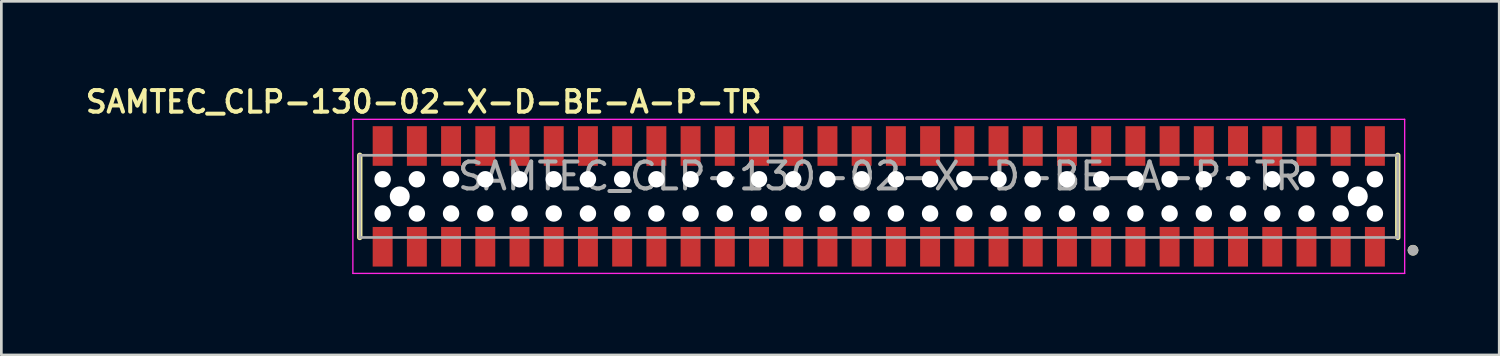
<source format=kicad_pcb>
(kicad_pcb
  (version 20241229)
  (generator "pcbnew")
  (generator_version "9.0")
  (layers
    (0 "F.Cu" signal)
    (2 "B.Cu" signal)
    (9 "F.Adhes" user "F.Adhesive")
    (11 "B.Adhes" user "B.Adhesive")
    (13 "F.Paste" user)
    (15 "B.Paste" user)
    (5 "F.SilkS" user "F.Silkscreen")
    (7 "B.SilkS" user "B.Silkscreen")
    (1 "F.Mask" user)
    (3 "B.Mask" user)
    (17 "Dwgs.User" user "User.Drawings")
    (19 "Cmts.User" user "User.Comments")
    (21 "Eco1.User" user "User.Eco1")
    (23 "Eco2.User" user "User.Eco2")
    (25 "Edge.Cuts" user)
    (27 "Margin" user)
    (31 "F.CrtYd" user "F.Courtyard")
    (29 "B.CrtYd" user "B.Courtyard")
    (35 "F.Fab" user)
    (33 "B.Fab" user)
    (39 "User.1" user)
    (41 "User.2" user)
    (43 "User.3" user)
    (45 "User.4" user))
  (footprint "SAMTEC_CLP-130-02-X-D-BE-A-P-TR"
    (layer "F.Cu")
    (at 29.568 4.239)
    (property "Reference" "SAMTEC_CLP-130-02-X-D-BE-A-P-TR" (at -16.89 -3.508 0) (layer "F.SilkS") (effects (font (size 0.8 0.8) (thickness 0.15))))
    (attr through_hole)
    (fp_line (start -19.265 -1.525) (end -19.265 1.525) (stroke (width 0.2) (type solid)) (layer "F.SilkS"))
    (fp_line (start 19.265 -1.525) (end 19.265 1.525) (stroke (width 0.2) (type solid)) (layer "F.SilkS"))
    (fp_circle (center 19.83 2) (end 19.93 2) (stroke (width 0.2) (type solid)) (fill no) (layer "F.SilkS"))
    (fp_line (start -19.52 -2.86) (end -19.52 2.86) (stroke (width 0.05) (type solid)) (layer "F.CrtYd"))
    (fp_line (start -19.52 2.86) (end 19.52 2.86) (stroke (width 0.05) (type solid)) (layer "F.CrtYd"))
    (fp_line (start 19.52 -2.86) (end -19.52 -2.86) (stroke (width 0.05) (type solid)) (layer "F.CrtYd"))
    (fp_line (start 19.52 2.86) (end 19.52 -2.86) (stroke (width 0.05) (type solid)) (layer "F.CrtYd"))
    (fp_line (start -19.265 -1.525) (end -19.265 1.525) (stroke (width 0.1) (type solid)) (layer "F.Fab"))
    (fp_line (start -19.265 1.525) (end 19.265 1.525) (stroke (width 0.1) (type solid)) (layer "F.Fab"))
    (fp_line (start 19.265 -1.525) (end -19.265 -1.525) (stroke (width 0.1) (type solid)) (layer "F.Fab"))
    (fp_line (start 19.265 1.525) (end 19.265 -1.525) (stroke (width 0.1) (type solid)) (layer "F.Fab"))
    (fp_circle (center 19.83 2) (end 19.93 2) (stroke (width 0.2) (type solid)) (fill no) (layer "F.Fab"))
    (fp_text user "${REFERENCE}" (at 0.05 -0.75 0) (unlocked yes) (layer "F.Fab") (effects (font (size 1 1) (thickness 0.15))))
    (pad "" np_thru_hole circle (at -18.415 -0.635) (size 0.61 0.61) (drill 0.61) (layers "*.Cu" "*.Mask"))
    (pad "" np_thru_hole circle (at -18.415 0.635) (size 0.61 0.61) (drill 0.61) (layers "*.Cu" "*.Mask"))
    (pad "" np_thru_hole circle (at -17.78 0) (size 0.74 0.74) (drill 0.74) (layers "*.Cu" "*.Mask"))
    (pad "" np_thru_hole circle (at -17.145 -0.635) (size 0.61 0.61) (drill 0.61) (layers "*.Cu" "*.Mask"))
    (pad "" np_thru_hole circle (at -17.145 0.635) (size 0.61 0.61) (drill 0.61) (layers "*.Cu" "*.Mask"))
    (pad "" np_thru_hole circle (at -15.875 -0.635) (size 0.61 0.61) (drill 0.61) (layers "*.Cu" "*.Mask"))
    (pad "" np_thru_hole circle (at -15.875 0.635) (size 0.61 0.61) (drill 0.61) (layers "*.Cu" "*.Mask"))
    (pad "" np_thru_hole circle (at -14.605 -0.635) (size 0.61 0.61) (drill 0.61) (layers "*.Cu" "*.Mask"))
    (pad "" np_thru_hole circle (at -14.605 0.635) (size 0.61 0.61) (drill 0.61) (layers "*.Cu" "*.Mask"))
    (pad "" np_thru_hole circle (at -13.335 -0.635) (size 0.61 0.61) (drill 0.61) (layers "*.Cu" "*.Mask"))
    (pad "" np_thru_hole circle (at -13.335 0.635) (size 0.61 0.61) (drill 0.61) (layers "*.Cu" "*.Mask"))
    (pad "" np_thru_hole circle (at -12.065 -0.635) (size 0.61 0.61) (drill 0.61) (layers "*.Cu" "*.Mask"))
    (pad "" np_thru_hole circle (at -12.065 0.635) (size 0.61 0.61) (drill 0.61) (layers "*.Cu" "*.Mask"))
    (pad "" np_thru_hole circle (at -10.795 -0.635) (size 0.61 0.61) (drill 0.61) (layers "*.Cu" "*.Mask"))
    (pad "" np_thru_hole circle (at -10.795 0.635) (size 0.61 0.61) (drill 0.61) (layers "*.Cu" "*.Mask"))
    (pad "" np_thru_hole circle (at -9.525 -0.635) (size 0.61 0.61) (drill 0.61) (layers "*.Cu" "*.Mask"))
    (pad "" np_thru_hole circle (at -9.525 0.635) (size 0.61 0.61) (drill 0.61) (layers "*.Cu" "*.Mask"))
    (pad "" np_thru_hole circle (at -8.255 -0.635) (size 0.61 0.61) (drill 0.61) (layers "*.Cu" "*.Mask"))
    (pad "" np_thru_hole circle (at -8.255 0.635) (size 0.61 0.61) (drill 0.61) (layers "*.Cu" "*.Mask"))
    (pad "" np_thru_hole circle (at -6.985 -0.635) (size 0.61 0.61) (drill 0.61) (layers "*.Cu" "*.Mask"))
    (pad "" np_thru_hole circle (at -6.985 0.635) (size 0.61 0.61) (drill 0.61) (layers "*.Cu" "*.Mask"))
    (pad "" np_thru_hole circle (at -5.715 -0.635) (size 0.61 0.61) (drill 0.61) (layers "*.Cu" "*.Mask"))
    (pad "" np_thru_hole circle (at -5.715 0.635) (size 0.61 0.61) (drill 0.61) (layers "*.Cu" "*.Mask"))
    (pad "" np_thru_hole circle (at -4.445 -0.635) (size 0.61 0.61) (drill 0.61) (layers "*.Cu" "*.Mask"))
    (pad "" np_thru_hole circle (at -4.445 0.635) (size 0.61 0.61) (drill 0.61) (layers "*.Cu" "*.Mask"))
    (pad "" np_thru_hole circle (at -3.175 -0.635) (size 0.61 0.61) (drill 0.61) (layers "*.Cu" "*.Mask"))
    (pad "" np_thru_hole circle (at -3.175 0.635) (size 0.61 0.61) (drill 0.61) (layers "*.Cu" "*.Mask"))
    (pad "" np_thru_hole circle (at -1.905 -0.635) (size 0.61 0.61) (drill 0.61) (layers "*.Cu" "*.Mask"))
    (pad "" np_thru_hole circle (at -1.905 0.635) (size 0.61 0.61) (drill 0.61) (layers "*.Cu" "*.Mask"))
    (pad "" np_thru_hole circle (at -0.635 -0.635) (size 0.61 0.61) (drill 0.61) (layers "*.Cu" "*.Mask"))
    (pad "" np_thru_hole circle (at -0.635 0.635) (size 0.61 0.61) (drill 0.61) (layers "*.Cu" "*.Mask"))
    (pad "" np_thru_hole circle (at 0.635 -0.635) (size 0.61 0.61) (drill 0.61) (layers "*.Cu" "*.Mask"))
    (pad "" np_thru_hole circle (at 0.635 0.635) (size 0.61 0.61) (drill 0.61) (layers "*.Cu" "*.Mask"))
    (pad "" np_thru_hole circle (at 1.905 -0.635) (size 0.61 0.61) (drill 0.61) (layers "*.Cu" "*.Mask"))
    (pad "" np_thru_hole circle (at 1.905 0.635) (size 0.61 0.61) (drill 0.61) (layers "*.Cu" "*.Mask"))
    (pad "" np_thru_hole circle (at 3.175 -0.635) (size 0.61 0.61) (drill 0.61) (layers "*.Cu" "*.Mask"))
    (pad "" np_thru_hole circle (at 3.175 0.635) (size 0.61 0.61) (drill 0.61) (layers "*.Cu" "*.Mask"))
    (pad "" np_thru_hole circle (at 4.445 -0.635) (size 0.61 0.61) (drill 0.61) (layers "*.Cu" "*.Mask"))
    (pad "" np_thru_hole circle (at 4.445 0.635) (size 0.61 0.61) (drill 0.61) (layers "*.Cu" "*.Mask"))
    (pad "" np_thru_hole circle (at 5.715 -0.635) (size 0.61 0.61) (drill 0.61) (layers "*.Cu" "*.Mask"))
    (pad "" np_thru_hole circle (at 5.715 0.635) (size 0.61 0.61) (drill 0.61) (layers "*.Cu" "*.Mask"))
    (pad "" np_thru_hole circle (at 6.985 -0.635) (size 0.61 0.61) (drill 0.61) (layers "*.Cu" "*.Mask"))
    (pad "" np_thru_hole circle (at 6.985 0.635) (size 0.61 0.61) (drill 0.61) (layers "*.Cu" "*.Mask"))
    (pad "" np_thru_hole circle (at 8.255 -0.635) (size 0.61 0.61) (drill 0.61) (layers "*.Cu" "*.Mask"))
    (pad "" np_thru_hole circle (at 8.255 0.635) (size 0.61 0.61) (drill 0.61) (layers "*.Cu" "*.Mask"))
    (pad "" np_thru_hole circle (at 9.525 -0.635) (size 0.61 0.61) (drill 0.61) (layers "*.Cu" "*.Mask"))
    (pad "" np_thru_hole circle (at 9.525 0.635) (size 0.61 0.61) (drill 0.61) (layers "*.Cu" "*.Mask"))
    (pad "" np_thru_hole circle (at 10.795 -0.635) (size 0.61 0.61) (drill 0.61) (layers "*.Cu" "*.Mask"))
    (pad "" np_thru_hole circle (at 10.795 0.635) (size 0.61 0.61) (drill 0.61) (layers "*.Cu" "*.Mask"))
    (pad "" np_thru_hole circle (at 12.065 -0.635) (size 0.61 0.61) (drill 0.61) (layers "*.Cu" "*.Mask"))
    (pad "" np_thru_hole circle (at 12.065 0.635) (size 0.61 0.61) (drill 0.61) (layers "*.Cu" "*.Mask"))
    (pad "" np_thru_hole circle (at 13.335 -0.635) (size 0.61 0.61) (drill 0.61) (layers "*.Cu" "*.Mask"))
    (pad "" np_thru_hole circle (at 13.335 0.635) (size 0.61 0.61) (drill 0.61) (layers "*.Cu" "*.Mask"))
    (pad "" np_thru_hole circle (at 14.605 -0.635) (size 0.61 0.61) (drill 0.61) (layers "*.Cu" "*.Mask"))
    (pad "" np_thru_hole circle (at 14.605 0.635) (size 0.61 0.61) (drill 0.61) (layers "*.Cu" "*.Mask"))
    (pad "" np_thru_hole circle (at 15.875 -0.635) (size 0.61 0.61) (drill 0.61) (layers "*.Cu" "*.Mask"))
    (pad "" np_thru_hole circle (at 15.875 0.635) (size 0.61 0.61) (drill 0.61) (layers "*.Cu" "*.Mask"))
    (pad "" np_thru_hole circle (at 17.145 -0.635) (size 0.61 0.61) (drill 0.61) (layers "*.Cu" "*.Mask"))
    (pad "" np_thru_hole circle (at 17.145 0.635) (size 0.61 0.61) (drill 0.61) (layers "*.Cu" "*.Mask"))
    (pad "" np_thru_hole circle (at 17.78 0) (size 0.74 0.74) (drill 0.74) (layers "*.Cu" "*.Mask"))
    (pad "" np_thru_hole circle (at 18.415 -0.635) (size 0.61 0.61) (drill 0.61) (layers "*.Cu" "*.Mask"))
    (pad "" np_thru_hole circle (at 18.415 0.635) (size 0.61 0.61) (drill 0.61) (layers "*.Cu" "*.Mask"))
    (pad "1" smd rect (at 18.415 1.87) (size 0.74 1.47) (layers "F.Cu" "F.Mask" "F.Paste"))
    (pad "2" smd rect (at 18.415 -1.87) (size 0.74 1.47) (layers "F.Cu" "F.Mask" "F.Paste"))
    (pad "3" smd rect (at 17.145 1.87) (size 0.74 1.47) (layers "F.Cu" "F.Mask" "F.Paste"))
    (pad "4" smd rect (at 17.145 -1.87) (size 0.74 1.47) (layers "F.Cu" "F.Mask" "F.Paste"))
    (pad "5" smd rect (at 15.875 1.87) (size 0.74 1.47) (layers "F.Cu" "F.Mask" "F.Paste"))
    (pad "6" smd rect (at 15.875 -1.87) (size 0.74 1.47) (layers "F.Cu" "F.Mask" "F.Paste"))
    (pad "7" smd rect (at 14.605 1.87) (size 0.74 1.47) (layers "F.Cu" "F.Mask" "F.Paste"))
    (pad "8" smd rect (at 14.605 -1.87) (size 0.74 1.47) (layers "F.Cu" "F.Mask" "F.Paste"))
    (pad "9" smd rect (at 13.335 1.87) (size 0.74 1.47) (layers "F.Cu" "F.Mask" "F.Paste"))
    (pad "10" smd rect (at 13.335 -1.87) (size 0.74 1.47) (layers "F.Cu" "F.Mask" "F.Paste"))
    (pad "11" smd rect (at 12.065 1.87) (size 0.74 1.47) (layers "F.Cu" "F.Mask" "F.Paste"))
    (pad "12" smd rect (at 12.065 -1.87) (size 0.74 1.47) (layers "F.Cu" "F.Mask" "F.Paste"))
    (pad "13" smd rect (at 10.795 1.87) (size 0.74 1.47) (layers "F.Cu" "F.Mask" "F.Paste"))
    (pad "14" smd rect (at 10.795 -1.87) (size 0.74 1.47) (layers "F.Cu" "F.Mask" "F.Paste"))
    (pad "15" smd rect (at 9.525 1.87) (size 0.74 1.47) (layers "F.Cu" "F.Mask" "F.Paste"))
    (pad "16" smd rect (at 9.525 -1.87) (size 0.74 1.47) (layers "F.Cu" "F.Mask" "F.Paste"))
    (pad "17" smd rect (at 8.255 1.87) (size 0.74 1.47) (layers "F.Cu" "F.Mask" "F.Paste"))
    (pad "18" smd rect (at 8.255 -1.87) (size 0.74 1.47) (layers "F.Cu" "F.Mask" "F.Paste"))
    (pad "19" smd rect (at 6.985 1.87) (size 0.74 1.47) (layers "F.Cu" "F.Mask" "F.Paste"))
    (pad "20" smd rect (at 6.985 -1.87) (size 0.74 1.47) (layers "F.Cu" "F.Mask" "F.Paste"))
    (pad "21" smd rect (at 5.715 1.87) (size 0.74 1.47) (layers "F.Cu" "F.Mask" "F.Paste"))
    (pad "22" smd rect (at 5.715 -1.87) (size 0.74 1.47) (layers "F.Cu" "F.Mask" "F.Paste"))
    (pad "23" smd rect (at 4.445 1.87) (size 0.74 1.47) (layers "F.Cu" "F.Mask" "F.Paste"))
    (pad "24" smd rect (at 4.445 -1.87) (size 0.74 1.47) (layers "F.Cu" "F.Mask" "F.Paste"))
    (pad "25" smd rect (at 3.175 1.87) (size 0.74 1.47) (layers "F.Cu" "F.Mask" "F.Paste"))
    (pad "26" smd rect (at 3.175 -1.87) (size 0.74 1.47) (layers "F.Cu" "F.Mask" "F.Paste"))
    (pad "27" smd rect (at 1.905 1.87) (size 0.74 1.47) (layers "F.Cu" "F.Mask" "F.Paste"))
    (pad "28" smd rect (at 1.905 -1.87) (size 0.74 1.47) (layers "F.Cu" "F.Mask" "F.Paste"))
    (pad "29" smd rect (at 0.635 1.87) (size 0.74 1.47) (layers "F.Cu" "F.Mask" "F.Paste"))
    (pad "30" smd rect (at 0.635 -1.87) (size 0.74 1.47) (layers "F.Cu" "F.Mask" "F.Paste"))
    (pad "31" smd rect (at -0.635 1.87) (size 0.74 1.47) (layers "F.Cu" "F.Mask" "F.Paste"))
    (pad "32" smd rect (at -0.635 -1.87) (size 0.74 1.47) (layers "F.Cu" "F.Mask" "F.Paste"))
    (pad "33" smd rect (at -1.905 1.87) (size 0.74 1.47) (layers "F.Cu" "F.Mask" "F.Paste"))
    (pad "34" smd rect (at -1.905 -1.87) (size 0.74 1.47) (layers "F.Cu" "F.Mask" "F.Paste"))
    (pad "35" smd rect (at -3.175 1.87) (size 0.74 1.47) (layers "F.Cu" "F.Mask" "F.Paste"))
    (pad "36" smd rect (at -3.175 -1.87) (size 0.74 1.47) (layers "F.Cu" "F.Mask" "F.Paste"))
    (pad "37" smd rect (at -4.445 1.87) (size 0.74 1.47) (layers "F.Cu" "F.Mask" "F.Paste"))
    (pad "38" smd rect (at -4.445 -1.87) (size 0.74 1.47) (layers "F.Cu" "F.Mask" "F.Paste"))
    (pad "39" smd rect (at -5.715 1.87) (size 0.74 1.47) (layers "F.Cu" "F.Mask" "F.Paste"))
    (pad "40" smd rect (at -5.715 -1.87) (size 0.74 1.47) (layers "F.Cu" "F.Mask" "F.Paste"))
    (pad "41" smd rect (at -6.985 1.87) (size 0.74 1.47) (layers "F.Cu" "F.Mask" "F.Paste"))
    (pad "42" smd rect (at -6.985 -1.87) (size 0.74 1.47) (layers "F.Cu" "F.Mask" "F.Paste"))
    (pad "43" smd rect (at -8.255 1.87) (size 0.74 1.47) (layers "F.Cu" "F.Mask" "F.Paste"))
    (pad "44" smd rect (at -8.255 -1.87) (size 0.74 1.47) (layers "F.Cu" "F.Mask" "F.Paste"))
    (pad "45" smd rect (at -9.525 1.87) (size 0.74 1.47) (layers "F.Cu" "F.Mask" "F.Paste"))
    (pad "46" smd rect (at -9.525 -1.87) (size 0.74 1.47) (layers "F.Cu" "F.Mask" "F.Paste"))
    (pad "47" smd rect (at -10.795 1.87) (size 0.74 1.47) (layers "F.Cu" "F.Mask" "F.Paste"))
    (pad "48" smd rect (at -10.795 -1.87) (size 0.74 1.47) (layers "F.Cu" "F.Mask" "F.Paste"))
    (pad "49" smd rect (at -12.065 1.87) (size 0.74 1.47) (layers "F.Cu" "F.Mask" "F.Paste"))
    (pad "50" smd rect (at -12.065 -1.87) (size 0.74 1.47) (layers "F.Cu" "F.Mask" "F.Paste"))
    (pad "51" smd rect (at -13.335 1.87) (size 0.74 1.47) (layers "F.Cu" "F.Mask" "F.Paste"))
    (pad "52" smd rect (at -13.335 -1.87) (size 0.74 1.47) (layers "F.Cu" "F.Mask" "F.Paste"))
    (pad "53" smd rect (at -14.605 1.87) (size 0.74 1.47) (layers "F.Cu" "F.Mask" "F.Paste"))
    (pad "54" smd rect (at -14.605 -1.87) (size 0.74 1.47) (layers "F.Cu" "F.Mask" "F.Paste"))
    (pad "55" smd rect (at -15.875 1.87) (size 0.74 1.47) (layers "F.Cu" "F.Mask" "F.Paste"))
    (pad "56" smd rect (at -15.875 -1.87) (size 0.74 1.47) (layers "F.Cu" "F.Mask" "F.Paste"))
    (pad "57" smd rect (at -17.145 1.87) (size 0.74 1.47) (layers "F.Cu" "F.Mask" "F.Paste"))
    (pad "58" smd rect (at -17.145 -1.87) (size 0.74 1.47) (layers "F.Cu" "F.Mask" "F.Paste"))
    (pad "59" smd rect (at -18.415 1.87) (size 0.74 1.47) (layers "F.Cu" "F.Mask" "F.Paste"))
    (pad "60" smd rect (at -18.415 -1.87) (size 0.74 1.47) (layers "F.Cu" "F.Mask" "F.Paste")))
  (gr_rect
    (start -3 -3)
    (end 52.598 10.124)
    (stroke (width 0.1) (type default))
    (fill no)
    (layer "Edge.Cuts")))
</source>
